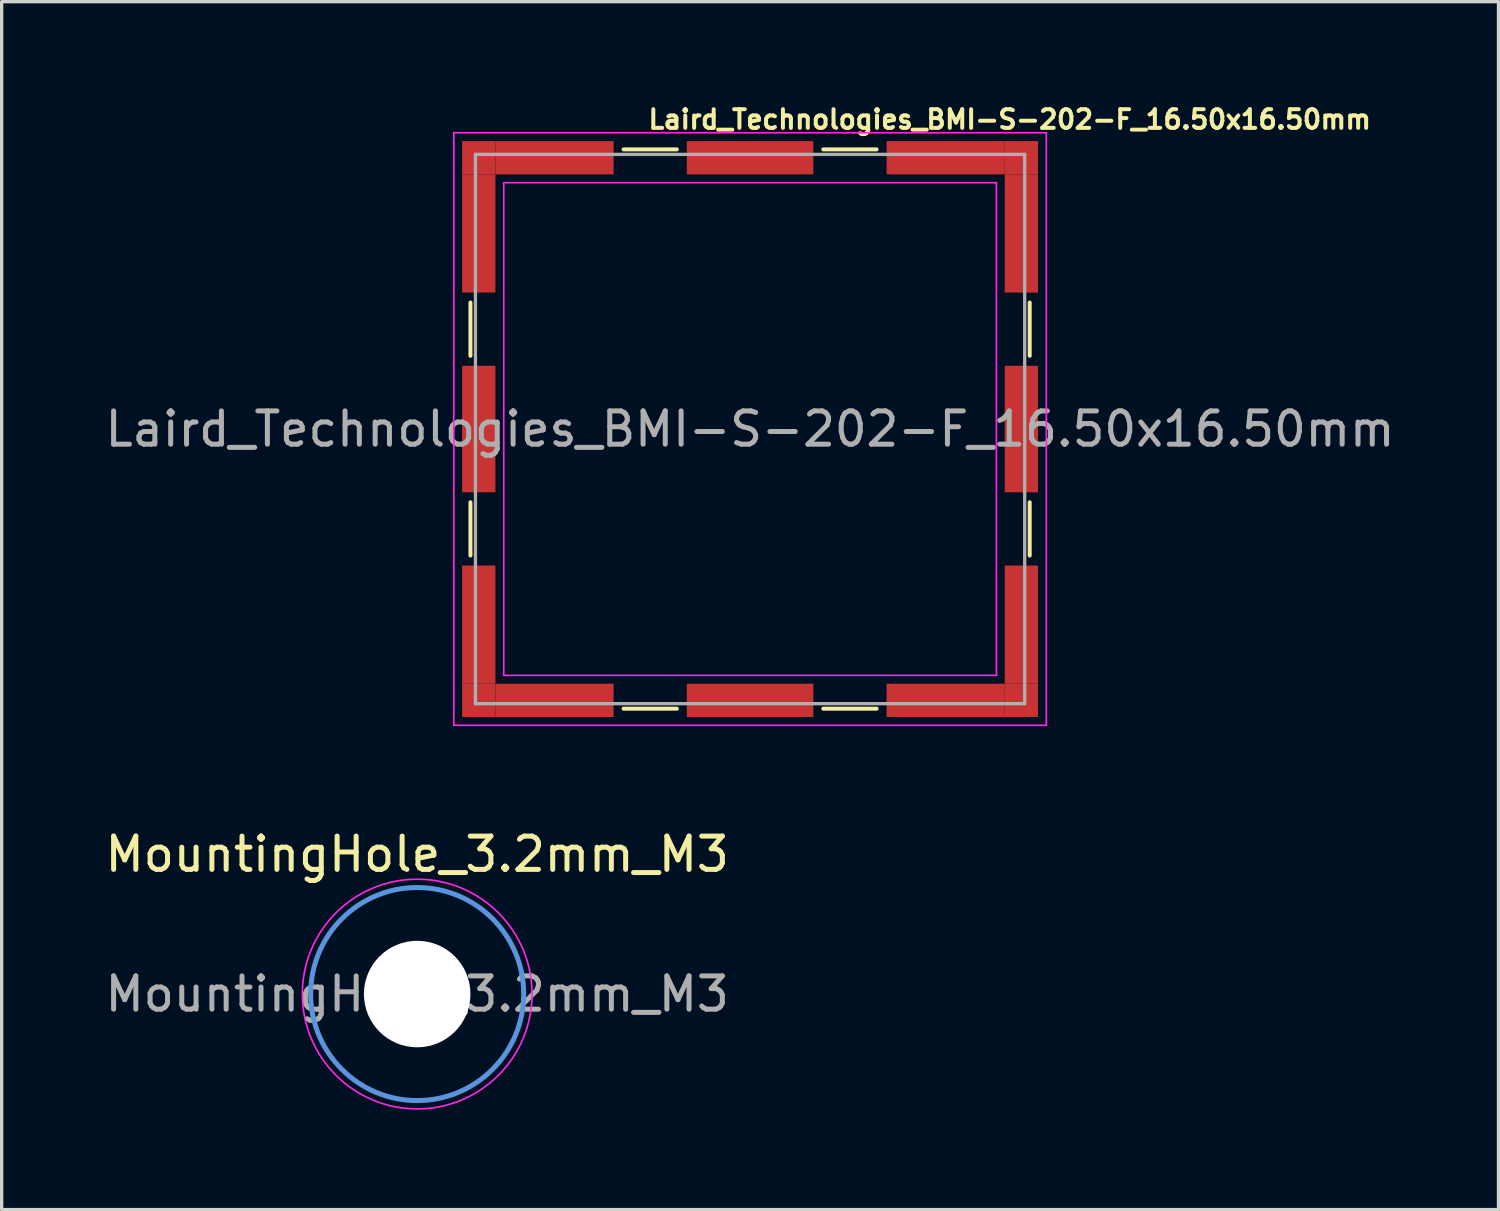
<source format=kicad_pcb>
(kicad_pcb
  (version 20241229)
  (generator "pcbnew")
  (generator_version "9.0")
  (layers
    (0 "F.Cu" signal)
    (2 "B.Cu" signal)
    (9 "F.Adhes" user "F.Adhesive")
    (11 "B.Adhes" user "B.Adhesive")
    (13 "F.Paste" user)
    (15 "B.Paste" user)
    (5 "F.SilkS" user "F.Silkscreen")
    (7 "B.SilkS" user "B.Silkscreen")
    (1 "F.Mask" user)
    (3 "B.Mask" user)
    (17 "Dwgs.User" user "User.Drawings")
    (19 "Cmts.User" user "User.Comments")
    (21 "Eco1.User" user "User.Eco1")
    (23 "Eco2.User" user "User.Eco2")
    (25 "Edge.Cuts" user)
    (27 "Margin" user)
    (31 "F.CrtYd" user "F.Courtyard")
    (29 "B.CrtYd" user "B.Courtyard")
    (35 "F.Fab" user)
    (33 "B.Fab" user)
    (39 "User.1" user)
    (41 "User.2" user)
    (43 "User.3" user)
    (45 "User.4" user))
  (footprint "MountingHole_3.2mm_M3"
    (layer "F.Cu")
    (at 9.482 26.811)
    (property "Reference" "MountingHole_3.2mm_M3" (at 0 -4.2 0) (layer "F.SilkS") (effects (font (size 1 1) (thickness 0.15))))
    (attr exclude_from_pos_files exclude_from_bom)
    (fp_circle (center 0 0) (end 3.2 0) (stroke (width 0.15) (type solid)) (fill no) (layer "Cmts.User"))
    (fp_circle (center 0 0) (end 3.45 0) (stroke (width 0.05) (type solid)) (fill no) (layer "F.CrtYd"))
    (fp_text user "${REFERENCE}" (at 0 0 0) (layer "F.Fab") (effects (font (size 1 1) (thickness 0.15))))
    (pad "" np_thru_hole circle (at 0 0) (size 3.2 3.2) (drill 3.2) (layers "*.Cu" "*.Mask")))
  (footprint "Laird_Technologies_BMI-S-202-F_16.50x16.50mm"
    (layer "F.Cu")
    (at 19.482 9.838)
    (property "Reference" "Laird_Technologies_BMI-S-202-F_16.50x16.50mm" (at 7.8 -9.3 0) (layer "F.SilkS") (effects (font (size 0.56 0.56) (thickness 0.12))))
    (attr smd)
    (fp_line (start -8.4 -3.8) (end -8.4 -2.2) (stroke (width 0.12) (type solid)) (layer "F.SilkS"))
    (fp_line (start -8.4 2.2) (end -8.4 3.8) (stroke (width 0.12) (type solid)) (layer "F.SilkS"))
    (fp_line (start -3.8 -8.4) (end -2.2 -8.4) (stroke (width 0.12) (type solid)) (layer "F.SilkS"))
    (fp_line (start -3.8 8.4) (end -2.2 8.4) (stroke (width 0.12) (type solid)) (layer "F.SilkS"))
    (fp_line (start 2.2 -8.4) (end 3.8 -8.4) (stroke (width 0.12) (type solid)) (layer "F.SilkS"))
    (fp_line (start 2.2 8.4) (end 3.8 8.4) (stroke (width 0.12) (type solid)) (layer "F.SilkS"))
    (fp_line (start 8.4 -3.8) (end 8.4 -2.2) (stroke (width 0.12) (type solid)) (layer "F.SilkS"))
    (fp_line (start 8.4 2.2) (end 8.4 3.8) (stroke (width 0.12) (type solid)) (layer "F.SilkS"))
    (fp_line (start -8.9 -8.9) (end -8.9 8.9) (stroke (width 0.05) (type solid)) (layer "F.CrtYd"))
    (fp_line (start -8.9 8.9) (end 8.9 8.9) (stroke (width 0.05) (type solid)) (layer "F.CrtYd"))
    (fp_line (start -7.4 -7.4) (end -7.4 7.4) (stroke (width 0.05) (type solid)) (layer "F.CrtYd"))
    (fp_line (start 7.4 -7.4) (end -7.4 -7.4) (stroke (width 0.05) (type solid)) (layer "F.CrtYd"))
    (fp_line (start 7.4 -7.4) (end 7.4 7.4) (stroke (width 0.05) (type solid)) (layer "F.CrtYd"))
    (fp_line (start 7.4 7.4) (end -7.4 7.4) (stroke (width 0.05) (type solid)) (layer "F.CrtYd"))
    (fp_line (start 8.9 -8.9) (end -8.9 -8.9) (stroke (width 0.05) (type solid)) (layer "F.CrtYd"))
    (fp_line (start 8.9 8.9) (end 8.9 -8.9) (stroke (width 0.05) (type solid)) (layer "F.CrtYd"))
    (fp_line (start -8.25 -8.25) (end -8.25 8.25) (stroke (width 0.1) (type solid)) (layer "F.Fab"))
    (fp_line (start -8.25 8.25) (end 8.25 8.25) (stroke (width 0.1) (type solid)) (layer "F.Fab"))
    (fp_line (start 8.25 -8.25) (end -8.25 -8.25) (stroke (width 0.1) (type solid)) (layer "F.Fab"))
    (fp_line (start 8.25 8.25) (end 8.25 -8.25) (stroke (width 0.1) (type solid)) (layer "F.Fab"))
    (fp_text user "${REFERENCE}" (at 0 0 0) (layer "F.Fab") (effects (font (size 1 1) (thickness 0.15))))
    (pad "1" smd rect (at -8.15 -8.15) (size 1 1) (layers "F.Cu" "F.Mask" "F.Paste"))
    (pad "1" smd rect (at -8.15 -5.875) (size 1 3.55) (layers "F.Cu" "F.Mask" "F.Paste"))
    (pad "1" smd rect (at -8.15 0) (size 1 3.8) (layers "F.Cu" "F.Mask" "F.Paste"))
    (pad "1" smd rect (at -8.15 5.875) (size 1 3.55) (layers "F.Cu" "F.Mask" "F.Paste"))
    (pad "1" smd rect (at -8.15 8.15) (size 1 1) (layers "F.Cu" "F.Mask" "F.Paste"))
    (pad "1" smd rect (at -5.875 -8.15) (size 3.55 1) (layers "F.Cu" "F.Mask" "F.Paste"))
    (pad "1" smd rect (at -5.875 8.15) (size 3.55 1) (layers "F.Cu" "F.Mask" "F.Paste"))
    (pad "1" smd rect (at 0 -8.15) (size 3.8 1) (layers "F.Cu" "F.Mask" "F.Paste"))
    (pad "1" smd rect (at 0 8.15) (size 3.8 1) (layers "F.Cu" "F.Mask" "F.Paste"))
    (pad "1" smd rect (at 5.875 -8.15) (size 3.55 1) (layers "F.Cu" "F.Mask" "F.Paste"))
    (pad "1" smd rect (at 5.875 8.15) (size 3.55 1) (layers "F.Cu" "F.Mask" "F.Paste"))
    (pad "1" smd rect (at 8.15 -8.15) (size 1 1) (layers "F.Cu" "F.Mask" "F.Paste"))
    (pad "1" smd rect (at 8.15 -5.875) (size 1 3.55) (layers "F.Cu" "F.Mask" "F.Paste"))
    (pad "1" smd rect (at 8.15 0) (size 1 3.8) (layers "F.Cu" "F.Mask" "F.Paste"))
    (pad "1" smd rect (at 8.15 5.875) (size 1 3.55) (layers "F.Cu" "F.Mask" "F.Paste"))
    (pad "1" smd rect (at 8.15 8.15) (size 1 1) (layers "F.Cu" "F.Mask" "F.Paste")))
  (gr_rect
    (start -3 -3)
    (end 41.964 33.286)
    (stroke (width 0.1) (type default))
    (fill no)
    (layer "Edge.Cuts")))
</source>
